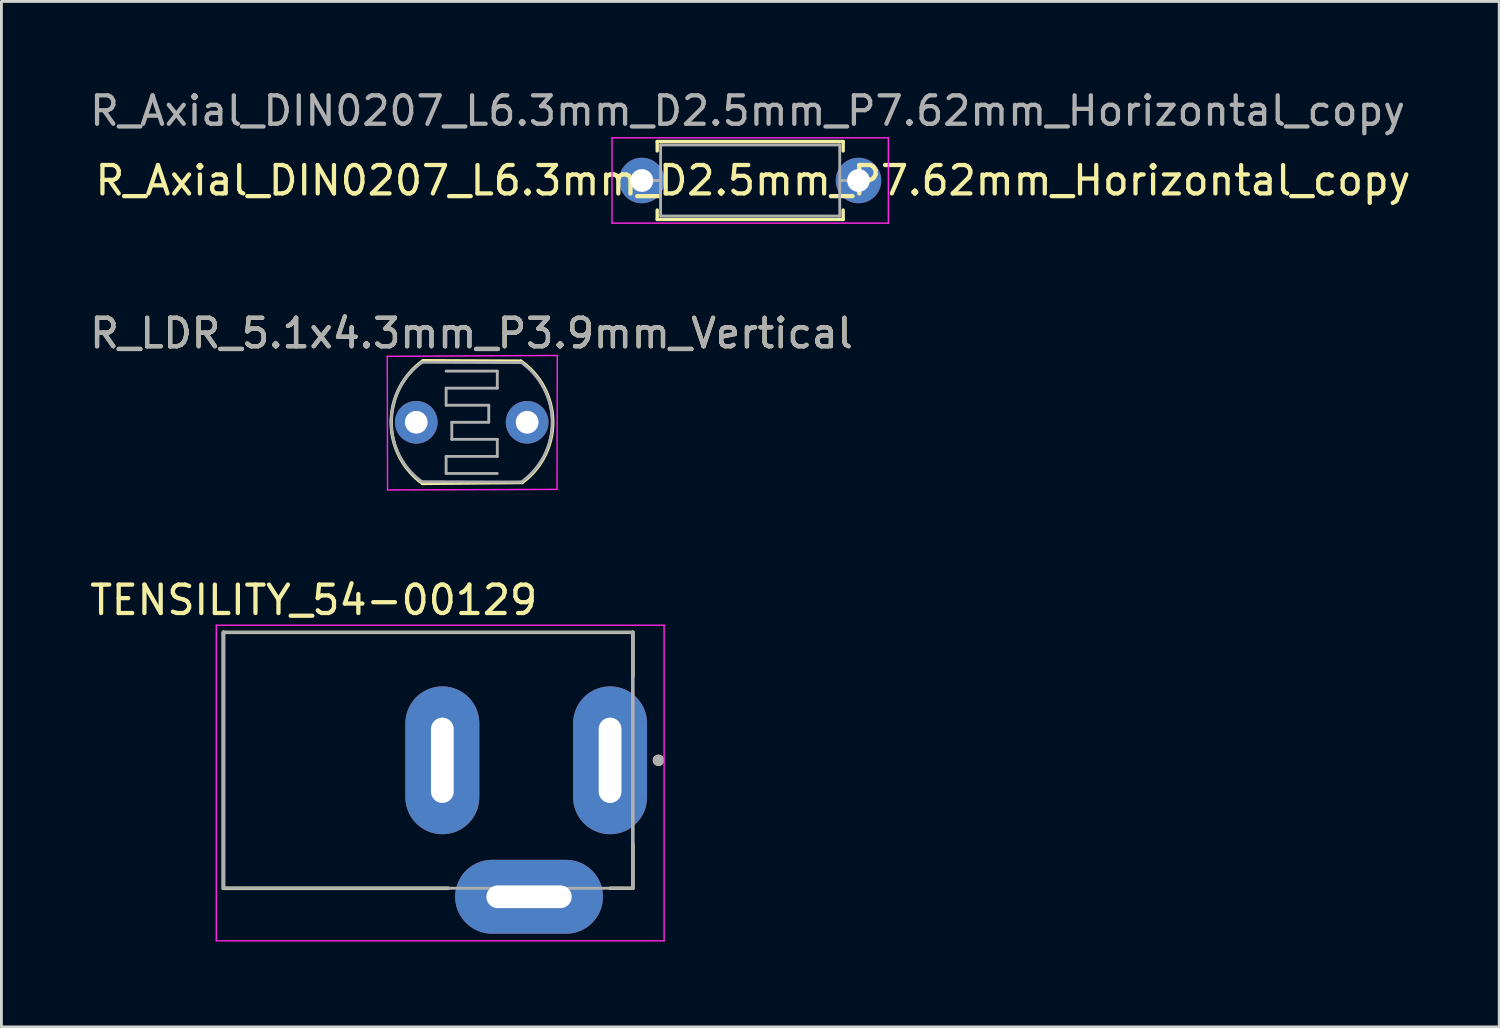
<source format=kicad_pcb>
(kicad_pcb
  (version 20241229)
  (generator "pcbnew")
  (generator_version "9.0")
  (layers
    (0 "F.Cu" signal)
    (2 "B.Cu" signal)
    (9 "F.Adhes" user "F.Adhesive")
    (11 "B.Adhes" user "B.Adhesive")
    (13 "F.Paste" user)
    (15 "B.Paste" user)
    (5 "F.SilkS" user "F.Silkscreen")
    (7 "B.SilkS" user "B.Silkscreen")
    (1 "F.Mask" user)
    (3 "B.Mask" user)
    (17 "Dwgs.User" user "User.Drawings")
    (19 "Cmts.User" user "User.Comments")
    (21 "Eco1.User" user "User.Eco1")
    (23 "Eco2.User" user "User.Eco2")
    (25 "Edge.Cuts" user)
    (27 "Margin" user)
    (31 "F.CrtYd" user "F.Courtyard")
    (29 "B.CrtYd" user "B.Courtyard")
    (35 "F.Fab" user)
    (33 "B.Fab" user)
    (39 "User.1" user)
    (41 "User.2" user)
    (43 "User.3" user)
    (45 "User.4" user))
  (footprint "TENSILITY_54-00129"
    (layer "F.Cu")
    (at 4.807 23.69)
    (property "Reference" "TENSILITY_54-00129" (at 3.175 -5.635 0) (layer "F.SilkS") (effects (font (size 1 1) (thickness 0.15))))
    (attr through_hole)
    (fp_line (start 0 -4.5) (end 14.4 -4.5) (stroke (width 0.12) (type solid)) (layer "F.SilkS"))
    (fp_line (start 0 4.5) (end 0 -4.5) (stroke (width 0.127) (type solid)) (layer "F.SilkS"))
    (fp_line (start 7.9 4.5) (end 0 4.5) (stroke (width 0.127) (type solid)) (layer "F.SilkS"))
    (fp_line (start 14.4 -4.5) (end 14.4 -2.95) (stroke (width 0.127) (type solid)) (layer "F.SilkS"))
    (fp_line (start 14.4 2.95) (end 14.4 4.5) (stroke (width 0.127) (type solid)) (layer "F.SilkS"))
    (fp_line (start 14.4 4.5) (end 13.6 4.5) (stroke (width 0.12) (type solid)) (layer "F.SilkS"))
    (fp_circle (center 15.3 0) (end 15.4 0) (stroke (width 0.2) (type solid)) (fill no) (layer "F.SilkS"))
    (fp_line (start -0.25 -4.75) (end 15.5 -4.75) (stroke (width 0.05) (type solid)) (layer "F.CrtYd"))
    (fp_line (start -0.25 6.35) (end -0.25 -4.75) (stroke (width 0.05) (type solid)) (layer "F.CrtYd"))
    (fp_line (start -0.25 6.35) (end 15.5 6.35) (stroke (width 0.05) (type solid)) (layer "F.CrtYd"))
    (fp_line (start 15.5 -4.75) (end 15.5 6.35) (stroke (width 0.05) (type solid)) (layer "F.CrtYd"))
    (fp_line (start 0 -4.5) (end 14.4 -4.5) (stroke (width 0.1) (type solid)) (layer "F.Fab"))
    (fp_line (start 0 4.5) (end 0 -4.5) (stroke (width 0.127) (type solid)) (layer "F.Fab"))
    (fp_line (start 0 4.5) (end 14.4 4.5) (stroke (width 0.1) (type solid)) (layer "F.Fab"))
    (fp_line (start 14.4 -4.5) (end 14.4 4.5) (stroke (width 0.127) (type solid)) (layer "F.Fab"))
    (fp_circle (center 15.3 0) (end 15.4 0) (stroke (width 0.2) (type solid)) (fill no) (layer "F.Fab"))
    (pad "1" thru_hole oval (at 13.6 0) (size 2.6 5.2) (drill oval 0.8 3) (layers "*.Cu" "*.Mask"))
    (pad "2" thru_hole oval (at 7.7 0) (size 2.6 5.2) (drill oval 0.8 3) (layers "*.Cu" "*.Mask"))
    (pad "3" thru_hole oval (at 10.75 4.8) (size 5.2 2.6) (drill oval 3 0.8) (layers "*.Cu" "*.Mask")))
  (footprint "R_LDR_5.1x4.3mm_P3.9mm_Vertical"
    (layer "F.Cu")
    (at 11.84 11.802)
    (property "Reference" "R_LDR_5.1x4.3mm_P3.9mm_Vertical" (at 1.69 -3.13 0) (layer "F.SilkS") (effects (font (size 1 1) (thickness 0.15))))
    (attr through_hole)
    (fp_line (start -0.03 2.15) (end 3.473 2.118) (stroke (width 0.12) (type solid)) (layer "F.SilkS"))
    (fp_line (start -0.008 -2.166) (end 3.429 -2.15) (stroke (width 0.12) (type solid)) (layer "F.SilkS"))
    (fp_arc (start -0.03 2.15) (mid -1.130438 -0.013368) (end -0.008234 -2.165525) (stroke (width 0.12) (type solid)) (layer "F.SilkS"))
    (fp_arc (start 3.428597 -2.15) (mid 4.55 -0.027338) (end 3.47311 2.118249) (stroke (width 0.12) (type solid)) (layer "F.SilkS"))
    (fp_line (start -1.27 -2.32) (end -1.26 2.38) (stroke (width 0.05) (type solid)) (layer "F.CrtYd"))
    (fp_line (start -1.27 -2.32) (end 4.71 -2.35) (stroke (width 0.05) (type solid)) (layer "F.CrtYd"))
    (fp_line (start 4.7 2.36) (end -1.26 2.38) (stroke (width 0.05) (type solid)) (layer "F.CrtYd"))
    (fp_line (start 4.7 2.36) (end 4.71 -2.35) (stroke (width 0.05) (type solid)) (layer "F.CrtYd"))
    (fp_line (start -0.047 -2.112) (end 3.47 -2.1) (stroke (width 0.1) (type solid)) (layer "F.Fab"))
    (fp_line (start 0.8 -1.8) (end 2.6 -1.8) (stroke (width 0.1) (type solid)) (layer "F.Fab"))
    (fp_line (start 0.8 -1.2) (end 0.8 -0.6) (stroke (width 0.1) (type solid)) (layer "F.Fab"))
    (fp_line (start 0.8 1.2) (end 0.8 1.8) (stroke (width 0.1) (type solid)) (layer "F.Fab"))
    (fp_line (start 0.8 1.8) (end 2.6 1.8) (stroke (width 0.1) (type solid)) (layer "F.Fab"))
    (fp_line (start 1 0) (end 1 0.6) (stroke (width 0.1) (type solid)) (layer "F.Fab"))
    (fp_line (start 1 0) (end 2.3 0) (stroke (width 0.1) (type solid)) (layer "F.Fab"))
    (fp_line (start 2.3 -0.6) (end 0.8 -0.6) (stroke (width 0.1) (type solid)) (layer "F.Fab"))
    (fp_line (start 2.3 0) (end 2.3 -0.6) (stroke (width 0.1) (type solid)) (layer "F.Fab"))
    (fp_line (start 2.6 -1.8) (end 2.6 -1.2) (stroke (width 0.1) (type solid)) (layer "F.Fab"))
    (fp_line (start 2.6 -1.2) (end 0.8 -1.2) (stroke (width 0.1) (type solid)) (layer "F.Fab"))
    (fp_line (start 2.6 0.6) (end 1 0.6) (stroke (width 0.1) (type solid)) (layer "F.Fab"))
    (fp_line (start 2.6 0.6) (end 2.6 1.2) (stroke (width 0.1) (type solid)) (layer "F.Fab"))
    (fp_line (start 2.6 1.2) (end 0.8 1.2) (stroke (width 0.1) (type solid)) (layer "F.Fab"))
    (fp_line (start 3.447 2.102) (end -0.05 2.09) (stroke (width 0.1) (type solid)) (layer "F.Fab"))
    (fp_arc (start -0.05 2.09) (mid -1.130697 -0.011697) (end -0.047237 -2.111971) (stroke (width 0.1) (type solid)) (layer "F.Fab"))
    (fp_arc (start 3.449303 -2.1) (mid 4.53 0.001697) (end 3.44654 2.101971) (stroke (width 0.1) (type solid)) (layer "F.Fab"))
    (fp_text user "${REFERENCE}" (at 1.69 -3.13 0) (layer "F.Fab") (effects (font (size 1 1) (thickness 0.15))))
    (pad "1" thru_hole circle (at -0.25 0) (size 1.5 1.5) (drill 0.8) (layers "*.Cu" "*.Mask"))
    (pad "2" thru_hole circle (at 3.65 0) (size 1.5 1.5) (drill 0.8) (layers "*.Cu" "*.Mask")))
  (footprint "R_Axial_DIN0207_L6.3mm_D2.5mm_P7.62mm_Horizontal_copy"
    (layer "F.Cu")
    (at 19.524 3.298)
    (property "Reference" "R_Axial_DIN0207_L6.3mm_D2.5mm_P7.62mm_Horizontal_copy" (at 3.91 0 0) (layer "F.SilkS") (effects (font (size 1 1) (thickness 0.15))))
    (attr through_hole)
    (fp_line (start 0.54 -1.37) (end 7.08 -1.37) (stroke (width 0.12) (type solid)) (layer "F.SilkS"))
    (fp_line (start 0.54 -1.04) (end 0.54 -1.37) (stroke (width 0.12) (type solid)) (layer "F.SilkS"))
    (fp_line (start 0.54 1.04) (end 0.54 1.37) (stroke (width 0.12) (type solid)) (layer "F.SilkS"))
    (fp_line (start 0.54 1.37) (end 7.08 1.37) (stroke (width 0.12) (type solid)) (layer "F.SilkS"))
    (fp_line (start 7.08 -1.37) (end 7.08 -1.04) (stroke (width 0.12) (type solid)) (layer "F.SilkS"))
    (fp_line (start 7.08 1.37) (end 7.08 1.04) (stroke (width 0.12) (type solid)) (layer "F.SilkS"))
    (fp_line (start -1.05 -1.5) (end -1.05 1.5) (stroke (width 0.05) (type solid)) (layer "F.CrtYd"))
    (fp_line (start -1.05 1.5) (end 8.67 1.5) (stroke (width 0.05) (type solid)) (layer "F.CrtYd"))
    (fp_line (start 8.67 -1.5) (end -1.05 -1.5) (stroke (width 0.05) (type solid)) (layer "F.CrtYd"))
    (fp_line (start 8.67 1.5) (end 8.67 -1.5) (stroke (width 0.05) (type solid)) (layer "F.CrtYd"))
    (fp_line (start 0 0) (end 0.66 0) (stroke (width 0.1) (type solid)) (layer "F.Fab"))
    (fp_line (start 0.66 -1.25) (end 0.66 1.25) (stroke (width 0.1) (type solid)) (layer "F.Fab"))
    (fp_line (start 0.66 1.25) (end 6.96 1.25) (stroke (width 0.1) (type solid)) (layer "F.Fab"))
    (fp_line (start 6.96 -1.25) (end 0.66 -1.25) (stroke (width 0.1) (type solid)) (layer "F.Fab"))
    (fp_line (start 6.96 1.25) (end 6.96 -1.25) (stroke (width 0.1) (type solid)) (layer "F.Fab"))
    (fp_line (start 7.62 0) (end 6.96 0) (stroke (width 0.1) (type solid)) (layer "F.Fab"))
    (fp_text user "${REFERENCE}" (at 3.72 -2.45 0) (layer "F.Fab") (effects (font (size 1 1) (thickness 0.15))))
    (pad "1" thru_hole circle (at 0 0) (size 1.6 1.6) (drill 0.8) (layers "*.Cu" "*.Mask"))
    (pad "2" thru_hole oval (at 7.62 0) (size 1.6 1.6) (drill 0.8) (layers "*.Cu" "*.Mask")))
  (gr_rect
    (start -3 -3)
    (end 49.678 33.065)
    (stroke (width 0.1) (type default))
    (fill no)
    (layer "Edge.Cuts")))
</source>
